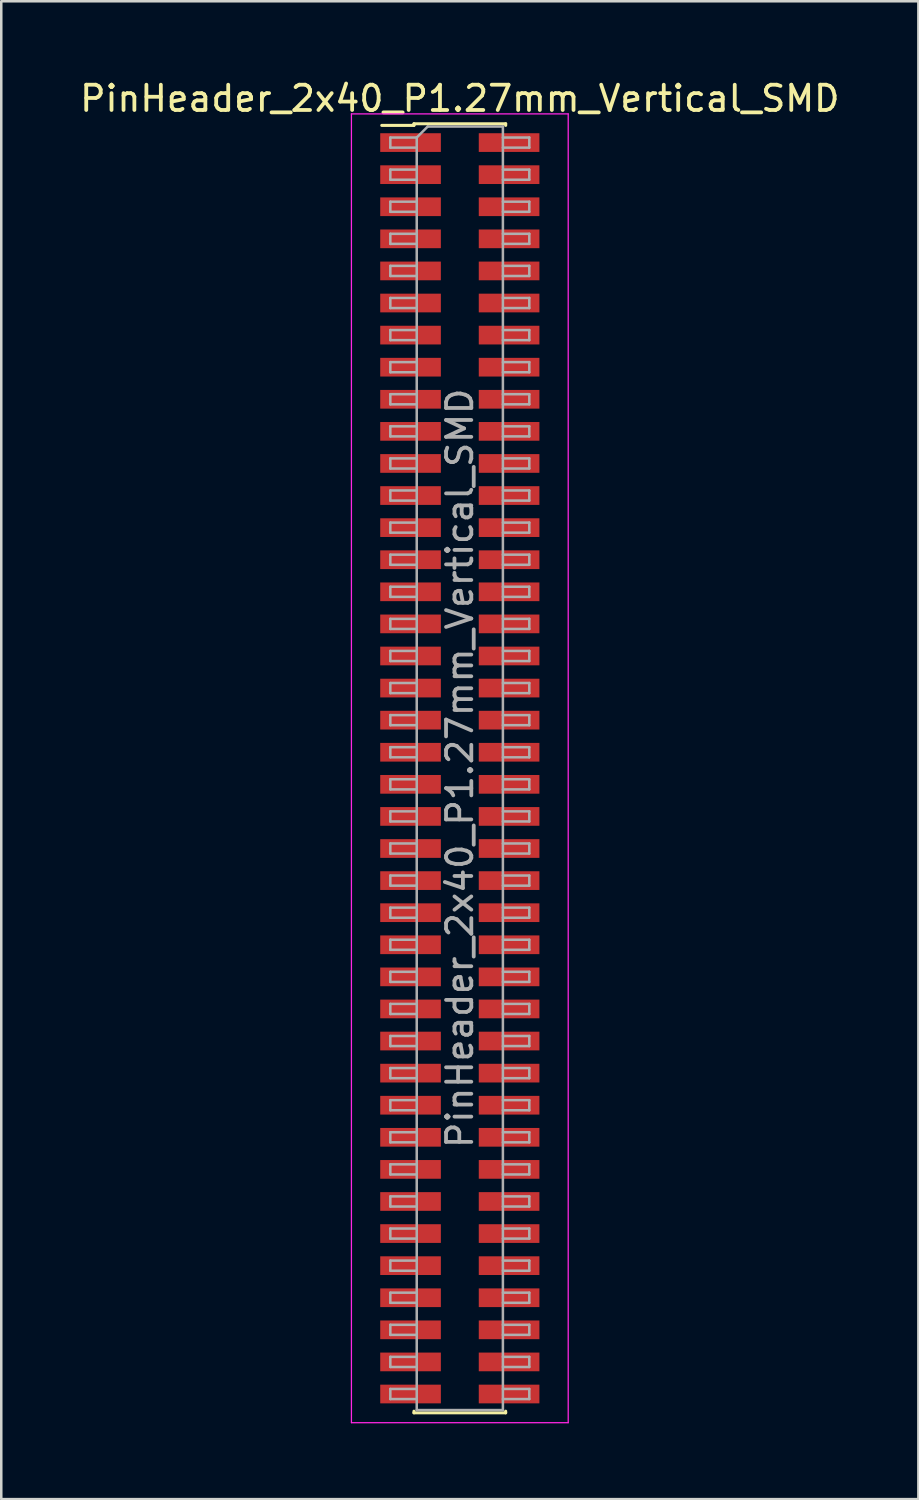
<source format=kicad_pcb>
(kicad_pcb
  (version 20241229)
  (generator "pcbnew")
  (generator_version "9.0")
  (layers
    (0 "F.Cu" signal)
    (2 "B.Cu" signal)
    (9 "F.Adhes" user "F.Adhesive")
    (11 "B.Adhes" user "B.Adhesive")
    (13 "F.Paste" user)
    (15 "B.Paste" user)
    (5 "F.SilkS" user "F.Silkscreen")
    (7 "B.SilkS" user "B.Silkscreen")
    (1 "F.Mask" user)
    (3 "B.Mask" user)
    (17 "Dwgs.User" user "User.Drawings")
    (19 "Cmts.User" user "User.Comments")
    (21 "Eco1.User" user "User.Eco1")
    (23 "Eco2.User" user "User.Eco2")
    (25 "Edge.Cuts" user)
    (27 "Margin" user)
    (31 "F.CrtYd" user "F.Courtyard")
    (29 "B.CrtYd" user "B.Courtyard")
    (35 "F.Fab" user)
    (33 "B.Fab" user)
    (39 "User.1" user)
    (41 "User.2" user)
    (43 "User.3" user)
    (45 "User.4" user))
  (footprint "PinHeader_2x40_P1.27mm_Vertical_SMD"
    (layer "F.Cu")
    (at 15.149 27.358)
    (property "Reference" "PinHeader_2x40_P1.27mm_Vertical_SMD" (at 0 -26.51 0) (layer "F.SilkS") (effects (font (size 1 1) (thickness 0.15))))
    (attr smd)
    (fp_line (start -3.09 -25.445) (end -1.815 -25.445) (stroke (width 0.12) (type solid)) (layer "F.SilkS"))
    (fp_line (start -1.815 -25.51) (end -1.815 -25.445) (stroke (width 0.12) (type solid)) (layer "F.SilkS"))
    (fp_line (start -1.815 -25.51) (end 1.815 -25.51) (stroke (width 0.12) (type solid)) (layer "F.SilkS"))
    (fp_line (start -1.815 25.445) (end -1.815 25.51) (stroke (width 0.12) (type solid)) (layer "F.SilkS"))
    (fp_line (start -1.815 25.51) (end 1.815 25.51) (stroke (width 0.12) (type solid)) (layer "F.SilkS"))
    (fp_line (start 1.815 -25.51) (end 1.815 -25.445) (stroke (width 0.12) (type solid)) (layer "F.SilkS"))
    (fp_line (start 1.815 25.445) (end 1.815 25.51) (stroke (width 0.12) (type solid)) (layer "F.SilkS"))
    (fp_line (start -4.29 -25.9) (end -4.29 25.9) (stroke (width 0.05) (type solid)) (layer "F.CrtYd"))
    (fp_line (start -4.29 25.9) (end 4.29 25.9) (stroke (width 0.05) (type solid)) (layer "F.CrtYd"))
    (fp_line (start 4.29 -25.9) (end -4.29 -25.9) (stroke (width 0.05) (type solid)) (layer "F.CrtYd"))
    (fp_line (start 4.29 25.9) (end 4.29 -25.9) (stroke (width 0.05) (type solid)) (layer "F.CrtYd"))
    (fp_line (start -2.75 -24.965) (end -2.75 -24.565) (stroke (width 0.1) (type solid)) (layer "F.Fab"))
    (fp_line (start -2.75 -24.565) (end -1.705 -24.565) (stroke (width 0.1) (type solid)) (layer "F.Fab"))
    (fp_line (start -2.75 -23.695) (end -2.75 -23.295) (stroke (width 0.1) (type solid)) (layer "F.Fab"))
    (fp_line (start -2.75 -23.295) (end -1.705 -23.295) (stroke (width 0.1) (type solid)) (layer "F.Fab"))
    (fp_line (start -2.75 -22.425) (end -2.75 -22.025) (stroke (width 0.1) (type solid)) (layer "F.Fab"))
    (fp_line (start -2.75 -22.025) (end -1.705 -22.025) (stroke (width 0.1) (type solid)) (layer "F.Fab"))
    (fp_line (start -2.75 -21.155) (end -2.75 -20.755) (stroke (width 0.1) (type solid)) (layer "F.Fab"))
    (fp_line (start -2.75 -20.755) (end -1.705 -20.755) (stroke (width 0.1) (type solid)) (layer "F.Fab"))
    (fp_line (start -2.75 -19.885) (end -2.75 -19.485) (stroke (width 0.1) (type solid)) (layer "F.Fab"))
    (fp_line (start -2.75 -19.485) (end -1.705 -19.485) (stroke (width 0.1) (type solid)) (layer "F.Fab"))
    (fp_line (start -2.75 -18.615) (end -2.75 -18.215) (stroke (width 0.1) (type solid)) (layer "F.Fab"))
    (fp_line (start -2.75 -18.215) (end -1.705 -18.215) (stroke (width 0.1) (type solid)) (layer "F.Fab"))
    (fp_line (start -2.75 -17.345) (end -2.75 -16.945) (stroke (width 0.1) (type solid)) (layer "F.Fab"))
    (fp_line (start -2.75 -16.945) (end -1.705 -16.945) (stroke (width 0.1) (type solid)) (layer "F.Fab"))
    (fp_line (start -2.75 -16.075) (end -2.75 -15.675) (stroke (width 0.1) (type solid)) (layer "F.Fab"))
    (fp_line (start -2.75 -15.675) (end -1.705 -15.675) (stroke (width 0.1) (type solid)) (layer "F.Fab"))
    (fp_line (start -2.75 -14.805) (end -2.75 -14.405) (stroke (width 0.1) (type solid)) (layer "F.Fab"))
    (fp_line (start -2.75 -14.405) (end -1.705 -14.405) (stroke (width 0.1) (type solid)) (layer "F.Fab"))
    (fp_line (start -2.75 -13.535) (end -2.75 -13.135) (stroke (width 0.1) (type solid)) (layer "F.Fab"))
    (fp_line (start -2.75 -13.135) (end -1.705 -13.135) (stroke (width 0.1) (type solid)) (layer "F.Fab"))
    (fp_line (start -2.75 -12.265) (end -2.75 -11.865) (stroke (width 0.1) (type solid)) (layer "F.Fab"))
    (fp_line (start -2.75 -11.865) (end -1.705 -11.865) (stroke (width 0.1) (type solid)) (layer "F.Fab"))
    (fp_line (start -2.75 -10.995) (end -2.75 -10.595) (stroke (width 0.1) (type solid)) (layer "F.Fab"))
    (fp_line (start -2.75 -10.595) (end -1.705 -10.595) (stroke (width 0.1) (type solid)) (layer "F.Fab"))
    (fp_line (start -2.75 -9.725) (end -2.75 -9.325) (stroke (width 0.1) (type solid)) (layer "F.Fab"))
    (fp_line (start -2.75 -9.325) (end -1.705 -9.325) (stroke (width 0.1) (type solid)) (layer "F.Fab"))
    (fp_line (start -2.75 -8.455) (end -2.75 -8.055) (stroke (width 0.1) (type solid)) (layer "F.Fab"))
    (fp_line (start -2.75 -8.055) (end -1.705 -8.055) (stroke (width 0.1) (type solid)) (layer "F.Fab"))
    (fp_line (start -2.75 -7.185) (end -2.75 -6.785) (stroke (width 0.1) (type solid)) (layer "F.Fab"))
    (fp_line (start -2.75 -6.785) (end -1.705 -6.785) (stroke (width 0.1) (type solid)) (layer "F.Fab"))
    (fp_line (start -2.75 -5.915) (end -2.75 -5.515) (stroke (width 0.1) (type solid)) (layer "F.Fab"))
    (fp_line (start -2.75 -5.515) (end -1.705 -5.515) (stroke (width 0.1) (type solid)) (layer "F.Fab"))
    (fp_line (start -2.75 -4.645) (end -2.75 -4.245) (stroke (width 0.1) (type solid)) (layer "F.Fab"))
    (fp_line (start -2.75 -4.245) (end -1.705 -4.245) (stroke (width 0.1) (type solid)) (layer "F.Fab"))
    (fp_line (start -2.75 -3.375) (end -2.75 -2.975) (stroke (width 0.1) (type solid)) (layer "F.Fab"))
    (fp_line (start -2.75 -2.975) (end -1.705 -2.975) (stroke (width 0.1) (type solid)) (layer "F.Fab"))
    (fp_line (start -2.75 -2.105) (end -2.75 -1.705) (stroke (width 0.1) (type solid)) (layer "F.Fab"))
    (fp_line (start -2.75 -1.705) (end -1.705 -1.705) (stroke (width 0.1) (type solid)) (layer "F.Fab"))
    (fp_line (start -2.75 -0.835) (end -2.75 -0.435) (stroke (width 0.1) (type solid)) (layer "F.Fab"))
    (fp_line (start -2.75 -0.435) (end -1.705 -0.435) (stroke (width 0.1) (type solid)) (layer "F.Fab"))
    (fp_line (start -2.75 0.435) (end -2.75 0.835) (stroke (width 0.1) (type solid)) (layer "F.Fab"))
    (fp_line (start -2.75 0.835) (end -1.705 0.835) (stroke (width 0.1) (type solid)) (layer "F.Fab"))
    (fp_line (start -2.75 1.705) (end -2.75 2.105) (stroke (width 0.1) (type solid)) (layer "F.Fab"))
    (fp_line (start -2.75 2.105) (end -1.705 2.105) (stroke (width 0.1) (type solid)) (layer "F.Fab"))
    (fp_line (start -2.75 2.975) (end -2.75 3.375) (stroke (width 0.1) (type solid)) (layer "F.Fab"))
    (fp_line (start -2.75 3.375) (end -1.705 3.375) (stroke (width 0.1) (type solid)) (layer "F.Fab"))
    (fp_line (start -2.75 4.245) (end -2.75 4.645) (stroke (width 0.1) (type solid)) (layer "F.Fab"))
    (fp_line (start -2.75 4.645) (end -1.705 4.645) (stroke (width 0.1) (type solid)) (layer "F.Fab"))
    (fp_line (start -2.75 5.515) (end -2.75 5.915) (stroke (width 0.1) (type solid)) (layer "F.Fab"))
    (fp_line (start -2.75 5.915) (end -1.705 5.915) (stroke (width 0.1) (type solid)) (layer "F.Fab"))
    (fp_line (start -2.75 6.785) (end -2.75 7.185) (stroke (width 0.1) (type solid)) (layer "F.Fab"))
    (fp_line (start -2.75 7.185) (end -1.705 7.185) (stroke (width 0.1) (type solid)) (layer "F.Fab"))
    (fp_line (start -2.75 8.055) (end -2.75 8.455) (stroke (width 0.1) (type solid)) (layer "F.Fab"))
    (fp_line (start -2.75 8.455) (end -1.705 8.455) (stroke (width 0.1) (type solid)) (layer "F.Fab"))
    (fp_line (start -2.75 9.325) (end -2.75 9.725) (stroke (width 0.1) (type solid)) (layer "F.Fab"))
    (fp_line (start -2.75 9.725) (end -1.705 9.725) (stroke (width 0.1) (type solid)) (layer "F.Fab"))
    (fp_line (start -2.75 10.595) (end -2.75 10.995) (stroke (width 0.1) (type solid)) (layer "F.Fab"))
    (fp_line (start -2.75 10.995) (end -1.705 10.995) (stroke (width 0.1) (type solid)) (layer "F.Fab"))
    (fp_line (start -2.75 11.865) (end -2.75 12.265) (stroke (width 0.1) (type solid)) (layer "F.Fab"))
    (fp_line (start -2.75 12.265) (end -1.705 12.265) (stroke (width 0.1) (type solid)) (layer "F.Fab"))
    (fp_line (start -2.75 13.135) (end -2.75 13.535) (stroke (width 0.1) (type solid)) (layer "F.Fab"))
    (fp_line (start -2.75 13.535) (end -1.705 13.535) (stroke (width 0.1) (type solid)) (layer "F.Fab"))
    (fp_line (start -2.75 14.405) (end -2.75 14.805) (stroke (width 0.1) (type solid)) (layer "F.Fab"))
    (fp_line (start -2.75 14.805) (end -1.705 14.805) (stroke (width 0.1) (type solid)) (layer "F.Fab"))
    (fp_line (start -2.75 15.675) (end -2.75 16.075) (stroke (width 0.1) (type solid)) (layer "F.Fab"))
    (fp_line (start -2.75 16.075) (end -1.705 16.075) (stroke (width 0.1) (type solid)) (layer "F.Fab"))
    (fp_line (start -2.75 16.945) (end -2.75 17.345) (stroke (width 0.1) (type solid)) (layer "F.Fab"))
    (fp_line (start -2.75 17.345) (end -1.705 17.345) (stroke (width 0.1) (type solid)) (layer "F.Fab"))
    (fp_line (start -2.75 18.215) (end -2.75 18.615) (stroke (width 0.1) (type solid)) (layer "F.Fab"))
    (fp_line (start -2.75 18.615) (end -1.705 18.615) (stroke (width 0.1) (type solid)) (layer "F.Fab"))
    (fp_line (start -2.75 19.485) (end -2.75 19.885) (stroke (width 0.1) (type solid)) (layer "F.Fab"))
    (fp_line (start -2.75 19.885) (end -1.705 19.885) (stroke (width 0.1) (type solid)) (layer "F.Fab"))
    (fp_line (start -2.75 20.755) (end -2.75 21.155) (stroke (width 0.1) (type solid)) (layer "F.Fab"))
    (fp_line (start -2.75 21.155) (end -1.705 21.155) (stroke (width 0.1) (type solid)) (layer "F.Fab"))
    (fp_line (start -2.75 22.025) (end -2.75 22.425) (stroke (width 0.1) (type solid)) (layer "F.Fab"))
    (fp_line (start -2.75 22.425) (end -1.705 22.425) (stroke (width 0.1) (type solid)) (layer "F.Fab"))
    (fp_line (start -2.75 23.295) (end -2.75 23.695) (stroke (width 0.1) (type solid)) (layer "F.Fab"))
    (fp_line (start -2.75 23.695) (end -1.705 23.695) (stroke (width 0.1) (type solid)) (layer "F.Fab"))
    (fp_line (start -2.75 24.565) (end -2.75 24.965) (stroke (width 0.1) (type solid)) (layer "F.Fab"))
    (fp_line (start -2.75 24.965) (end -1.705 24.965) (stroke (width 0.1) (type solid)) (layer "F.Fab"))
    (fp_line (start -1.705 -24.965) (end -2.75 -24.965) (stroke (width 0.1) (type solid)) (layer "F.Fab"))
    (fp_line (start -1.705 -24.965) (end -1.27 -25.4) (stroke (width 0.1) (type solid)) (layer "F.Fab"))
    (fp_line (start -1.705 -23.695) (end -2.75 -23.695) (stroke (width 0.1) (type solid)) (layer "F.Fab"))
    (fp_line (start -1.705 -22.425) (end -2.75 -22.425) (stroke (width 0.1) (type solid)) (layer "F.Fab"))
    (fp_line (start -1.705 -21.155) (end -2.75 -21.155) (stroke (width 0.1) (type solid)) (layer "F.Fab"))
    (fp_line (start -1.705 -19.885) (end -2.75 -19.885) (stroke (width 0.1) (type solid)) (layer "F.Fab"))
    (fp_line (start -1.705 -18.615) (end -2.75 -18.615) (stroke (width 0.1) (type solid)) (layer "F.Fab"))
    (fp_line (start -1.705 -17.345) (end -2.75 -17.345) (stroke (width 0.1) (type solid)) (layer "F.Fab"))
    (fp_line (start -1.705 -16.075) (end -2.75 -16.075) (stroke (width 0.1) (type solid)) (layer "F.Fab"))
    (fp_line (start -1.705 -14.805) (end -2.75 -14.805) (stroke (width 0.1) (type solid)) (layer "F.Fab"))
    (fp_line (start -1.705 -13.535) (end -2.75 -13.535) (stroke (width 0.1) (type solid)) (layer "F.Fab"))
    (fp_line (start -1.705 -12.265) (end -2.75 -12.265) (stroke (width 0.1) (type solid)) (layer "F.Fab"))
    (fp_line (start -1.705 -10.995) (end -2.75 -10.995) (stroke (width 0.1) (type solid)) (layer "F.Fab"))
    (fp_line (start -1.705 -9.725) (end -2.75 -9.725) (stroke (width 0.1) (type solid)) (layer "F.Fab"))
    (fp_line (start -1.705 -8.455) (end -2.75 -8.455) (stroke (width 0.1) (type solid)) (layer "F.Fab"))
    (fp_line (start -1.705 -7.185) (end -2.75 -7.185) (stroke (width 0.1) (type solid)) (layer "F.Fab"))
    (fp_line (start -1.705 -5.915) (end -2.75 -5.915) (stroke (width 0.1) (type solid)) (layer "F.Fab"))
    (fp_line (start -1.705 -4.645) (end -2.75 -4.645) (stroke (width 0.1) (type solid)) (layer "F.Fab"))
    (fp_line (start -1.705 -3.375) (end -2.75 -3.375) (stroke (width 0.1) (type solid)) (layer "F.Fab"))
    (fp_line (start -1.705 -2.105) (end -2.75 -2.105) (stroke (width 0.1) (type solid)) (layer "F.Fab"))
    (fp_line (start -1.705 -0.835) (end -2.75 -0.835) (stroke (width 0.1) (type solid)) (layer "F.Fab"))
    (fp_line (start -1.705 0.435) (end -2.75 0.435) (stroke (width 0.1) (type solid)) (layer "F.Fab"))
    (fp_line (start -1.705 1.705) (end -2.75 1.705) (stroke (width 0.1) (type solid)) (layer "F.Fab"))
    (fp_line (start -1.705 2.975) (end -2.75 2.975) (stroke (width 0.1) (type solid)) (layer "F.Fab"))
    (fp_line (start -1.705 4.245) (end -2.75 4.245) (stroke (width 0.1) (type solid)) (layer "F.Fab"))
    (fp_line (start -1.705 5.515) (end -2.75 5.515) (stroke (width 0.1) (type solid)) (layer "F.Fab"))
    (fp_line (start -1.705 6.785) (end -2.75 6.785) (stroke (width 0.1) (type solid)) (layer "F.Fab"))
    (fp_line (start -1.705 8.055) (end -2.75 8.055) (stroke (width 0.1) (type solid)) (layer "F.Fab"))
    (fp_line (start -1.705 9.325) (end -2.75 9.325) (stroke (width 0.1) (type solid)) (layer "F.Fab"))
    (fp_line (start -1.705 10.595) (end -2.75 10.595) (stroke (width 0.1) (type solid)) (layer "F.Fab"))
    (fp_line (start -1.705 11.865) (end -2.75 11.865) (stroke (width 0.1) (type solid)) (layer "F.Fab"))
    (fp_line (start -1.705 13.135) (end -2.75 13.135) (stroke (width 0.1) (type solid)) (layer "F.Fab"))
    (fp_line (start -1.705 14.405) (end -2.75 14.405) (stroke (width 0.1) (type solid)) (layer "F.Fab"))
    (fp_line (start -1.705 15.675) (end -2.75 15.675) (stroke (width 0.1) (type solid)) (layer "F.Fab"))
    (fp_line (start -1.705 16.945) (end -2.75 16.945) (stroke (width 0.1) (type solid)) (layer "F.Fab"))
    (fp_line (start -1.705 18.215) (end -2.75 18.215) (stroke (width 0.1) (type solid)) (layer "F.Fab"))
    (fp_line (start -1.705 19.485) (end -2.75 19.485) (stroke (width 0.1) (type solid)) (layer "F.Fab"))
    (fp_line (start -1.705 20.755) (end -2.75 20.755) (stroke (width 0.1) (type solid)) (layer "F.Fab"))
    (fp_line (start -1.705 22.025) (end -2.75 22.025) (stroke (width 0.1) (type solid)) (layer "F.Fab"))
    (fp_line (start -1.705 23.295) (end -2.75 23.295) (stroke (width 0.1) (type solid)) (layer "F.Fab"))
    (fp_line (start -1.705 24.565) (end -2.75 24.565) (stroke (width 0.1) (type solid)) (layer "F.Fab"))
    (fp_line (start -1.705 25.4) (end -1.705 -24.965) (stroke (width 0.1) (type solid)) (layer "F.Fab"))
    (fp_line (start -1.27 -25.4) (end 1.705 -25.4) (stroke (width 0.1) (type solid)) (layer "F.Fab"))
    (fp_line (start 1.705 -25.4) (end 1.705 25.4) (stroke (width 0.1) (type solid)) (layer "F.Fab"))
    (fp_line (start 1.705 -24.965) (end 2.75 -24.965) (stroke (width 0.1) (type solid)) (layer "F.Fab"))
    (fp_line (start 1.705 -23.695) (end 2.75 -23.695) (stroke (width 0.1) (type solid)) (layer "F.Fab"))
    (fp_line (start 1.705 -22.425) (end 2.75 -22.425) (stroke (width 0.1) (type solid)) (layer "F.Fab"))
    (fp_line (start 1.705 -21.155) (end 2.75 -21.155) (stroke (width 0.1) (type solid)) (layer "F.Fab"))
    (fp_line (start 1.705 -19.885) (end 2.75 -19.885) (stroke (width 0.1) (type solid)) (layer "F.Fab"))
    (fp_line (start 1.705 -18.615) (end 2.75 -18.615) (stroke (width 0.1) (type solid)) (layer "F.Fab"))
    (fp_line (start 1.705 -17.345) (end 2.75 -17.345) (stroke (width 0.1) (type solid)) (layer "F.Fab"))
    (fp_line (start 1.705 -16.075) (end 2.75 -16.075) (stroke (width 0.1) (type solid)) (layer "F.Fab"))
    (fp_line (start 1.705 -14.805) (end 2.75 -14.805) (stroke (width 0.1) (type solid)) (layer "F.Fab"))
    (fp_line (start 1.705 -13.535) (end 2.75 -13.535) (stroke (width 0.1) (type solid)) (layer "F.Fab"))
    (fp_line (start 1.705 -12.265) (end 2.75 -12.265) (stroke (width 0.1) (type solid)) (layer "F.Fab"))
    (fp_line (start 1.705 -10.995) (end 2.75 -10.995) (stroke (width 0.1) (type solid)) (layer "F.Fab"))
    (fp_line (start 1.705 -9.725) (end 2.75 -9.725) (stroke (width 0.1) (type solid)) (layer "F.Fab"))
    (fp_line (start 1.705 -8.455) (end 2.75 -8.455) (stroke (width 0.1) (type solid)) (layer "F.Fab"))
    (fp_line (start 1.705 -7.185) (end 2.75 -7.185) (stroke (width 0.1) (type solid)) (layer "F.Fab"))
    (fp_line (start 1.705 -5.915) (end 2.75 -5.915) (stroke (width 0.1) (type solid)) (layer "F.Fab"))
    (fp_line (start 1.705 -4.645) (end 2.75 -4.645) (stroke (width 0.1) (type solid)) (layer "F.Fab"))
    (fp_line (start 1.705 -3.375) (end 2.75 -3.375) (stroke (width 0.1) (type solid)) (layer "F.Fab"))
    (fp_line (start 1.705 -2.105) (end 2.75 -2.105) (stroke (width 0.1) (type solid)) (layer "F.Fab"))
    (fp_line (start 1.705 -0.835) (end 2.75 -0.835) (stroke (width 0.1) (type solid)) (layer "F.Fab"))
    (fp_line (start 1.705 0.435) (end 2.75 0.435) (stroke (width 0.1) (type solid)) (layer "F.Fab"))
    (fp_line (start 1.705 1.705) (end 2.75 1.705) (stroke (width 0.1) (type solid)) (layer "F.Fab"))
    (fp_line (start 1.705 2.975) (end 2.75 2.975) (stroke (width 0.1) (type solid)) (layer "F.Fab"))
    (fp_line (start 1.705 4.245) (end 2.75 4.245) (stroke (width 0.1) (type solid)) (layer "F.Fab"))
    (fp_line (start 1.705 5.515) (end 2.75 5.515) (stroke (width 0.1) (type solid)) (layer "F.Fab"))
    (fp_line (start 1.705 6.785) (end 2.75 6.785) (stroke (width 0.1) (type solid)) (layer "F.Fab"))
    (fp_line (start 1.705 8.055) (end 2.75 8.055) (stroke (width 0.1) (type solid)) (layer "F.Fab"))
    (fp_line (start 1.705 9.325) (end 2.75 9.325) (stroke (width 0.1) (type solid)) (layer "F.Fab"))
    (fp_line (start 1.705 10.595) (end 2.75 10.595) (stroke (width 0.1) (type solid)) (layer "F.Fab"))
    (fp_line (start 1.705 11.865) (end 2.75 11.865) (stroke (width 0.1) (type solid)) (layer "F.Fab"))
    (fp_line (start 1.705 13.135) (end 2.75 13.135) (stroke (width 0.1) (type solid)) (layer "F.Fab"))
    (fp_line (start 1.705 14.405) (end 2.75 14.405) (stroke (width 0.1) (type solid)) (layer "F.Fab"))
    (fp_line (start 1.705 15.675) (end 2.75 15.675) (stroke (width 0.1) (type solid)) (layer "F.Fab"))
    (fp_line (start 1.705 16.945) (end 2.75 16.945) (stroke (width 0.1) (type solid)) (layer "F.Fab"))
    (fp_line (start 1.705 18.215) (end 2.75 18.215) (stroke (width 0.1) (type solid)) (layer "F.Fab"))
    (fp_line (start 1.705 19.485) (end 2.75 19.485) (stroke (width 0.1) (type solid)) (layer "F.Fab"))
    (fp_line (start 1.705 20.755) (end 2.75 20.755) (stroke (width 0.1) (type solid)) (layer "F.Fab"))
    (fp_line (start 1.705 22.025) (end 2.75 22.025) (stroke (width 0.1) (type solid)) (layer "F.Fab"))
    (fp_line (start 1.705 23.295) (end 2.75 23.295) (stroke (width 0.1) (type solid)) (layer "F.Fab"))
    (fp_line (start 1.705 24.565) (end 2.75 24.565) (stroke (width 0.1) (type solid)) (layer "F.Fab"))
    (fp_line (start 1.705 25.4) (end -1.705 25.4) (stroke (width 0.1) (type solid)) (layer "F.Fab"))
    (fp_line (start 2.75 -24.965) (end 2.75 -24.565) (stroke (width 0.1) (type solid)) (layer "F.Fab"))
    (fp_line (start 2.75 -24.565) (end 1.705 -24.565) (stroke (width 0.1) (type solid)) (layer "F.Fab"))
    (fp_line (start 2.75 -23.695) (end 2.75 -23.295) (stroke (width 0.1) (type solid)) (layer "F.Fab"))
    (fp_line (start 2.75 -23.295) (end 1.705 -23.295) (stroke (width 0.1) (type solid)) (layer "F.Fab"))
    (fp_line (start 2.75 -22.425) (end 2.75 -22.025) (stroke (width 0.1) (type solid)) (layer "F.Fab"))
    (fp_line (start 2.75 -22.025) (end 1.705 -22.025) (stroke (width 0.1) (type solid)) (layer "F.Fab"))
    (fp_line (start 2.75 -21.155) (end 2.75 -20.755) (stroke (width 0.1) (type solid)) (layer "F.Fab"))
    (fp_line (start 2.75 -20.755) (end 1.705 -20.755) (stroke (width 0.1) (type solid)) (layer "F.Fab"))
    (fp_line (start 2.75 -19.885) (end 2.75 -19.485) (stroke (width 0.1) (type solid)) (layer "F.Fab"))
    (fp_line (start 2.75 -19.485) (end 1.705 -19.485) (stroke (width 0.1) (type solid)) (layer "F.Fab"))
    (fp_line (start 2.75 -18.615) (end 2.75 -18.215) (stroke (width 0.1) (type solid)) (layer "F.Fab"))
    (fp_line (start 2.75 -18.215) (end 1.705 -18.215) (stroke (width 0.1) (type solid)) (layer "F.Fab"))
    (fp_line (start 2.75 -17.345) (end 2.75 -16.945) (stroke (width 0.1) (type solid)) (layer "F.Fab"))
    (fp_line (start 2.75 -16.945) (end 1.705 -16.945) (stroke (width 0.1) (type solid)) (layer "F.Fab"))
    (fp_line (start 2.75 -16.075) (end 2.75 -15.675) (stroke (width 0.1) (type solid)) (layer "F.Fab"))
    (fp_line (start 2.75 -15.675) (end 1.705 -15.675) (stroke (width 0.1) (type solid)) (layer "F.Fab"))
    (fp_line (start 2.75 -14.805) (end 2.75 -14.405) (stroke (width 0.1) (type solid)) (layer "F.Fab"))
    (fp_line (start 2.75 -14.405) (end 1.705 -14.405) (stroke (width 0.1) (type solid)) (layer "F.Fab"))
    (fp_line (start 2.75 -13.535) (end 2.75 -13.135) (stroke (width 0.1) (type solid)) (layer "F.Fab"))
    (fp_line (start 2.75 -13.135) (end 1.705 -13.135) (stroke (width 0.1) (type solid)) (layer "F.Fab"))
    (fp_line (start 2.75 -12.265) (end 2.75 -11.865) (stroke (width 0.1) (type solid)) (layer "F.Fab"))
    (fp_line (start 2.75 -11.865) (end 1.705 -11.865) (stroke (width 0.1) (type solid)) (layer "F.Fab"))
    (fp_line (start 2.75 -10.995) (end 2.75 -10.595) (stroke (width 0.1) (type solid)) (layer "F.Fab"))
    (fp_line (start 2.75 -10.595) (end 1.705 -10.595) (stroke (width 0.1) (type solid)) (layer "F.Fab"))
    (fp_line (start 2.75 -9.725) (end 2.75 -9.325) (stroke (width 0.1) (type solid)) (layer "F.Fab"))
    (fp_line (start 2.75 -9.325) (end 1.705 -9.325) (stroke (width 0.1) (type solid)) (layer "F.Fab"))
    (fp_line (start 2.75 -8.455) (end 2.75 -8.055) (stroke (width 0.1) (type solid)) (layer "F.Fab"))
    (fp_line (start 2.75 -8.055) (end 1.705 -8.055) (stroke (width 0.1) (type solid)) (layer "F.Fab"))
    (fp_line (start 2.75 -7.185) (end 2.75 -6.785) (stroke (width 0.1) (type solid)) (layer "F.Fab"))
    (fp_line (start 2.75 -6.785) (end 1.705 -6.785) (stroke (width 0.1) (type solid)) (layer "F.Fab"))
    (fp_line (start 2.75 -5.915) (end 2.75 -5.515) (stroke (width 0.1) (type solid)) (layer "F.Fab"))
    (fp_line (start 2.75 -5.515) (end 1.705 -5.515) (stroke (width 0.1) (type solid)) (layer "F.Fab"))
    (fp_line (start 2.75 -4.645) (end 2.75 -4.245) (stroke (width 0.1) (type solid)) (layer "F.Fab"))
    (fp_line (start 2.75 -4.245) (end 1.705 -4.245) (stroke (width 0.1) (type solid)) (layer "F.Fab"))
    (fp_line (start 2.75 -3.375) (end 2.75 -2.975) (stroke (width 0.1) (type solid)) (layer "F.Fab"))
    (fp_line (start 2.75 -2.975) (end 1.705 -2.975) (stroke (width 0.1) (type solid)) (layer "F.Fab"))
    (fp_line (start 2.75 -2.105) (end 2.75 -1.705) (stroke (width 0.1) (type solid)) (layer "F.Fab"))
    (fp_line (start 2.75 -1.705) (end 1.705 -1.705) (stroke (width 0.1) (type solid)) (layer "F.Fab"))
    (fp_line (start 2.75 -0.835) (end 2.75 -0.435) (stroke (width 0.1) (type solid)) (layer "F.Fab"))
    (fp_line (start 2.75 -0.435) (end 1.705 -0.435) (stroke (width 0.1) (type solid)) (layer "F.Fab"))
    (fp_line (start 2.75 0.435) (end 2.75 0.835) (stroke (width 0.1) (type solid)) (layer "F.Fab"))
    (fp_line (start 2.75 0.835) (end 1.705 0.835) (stroke (width 0.1) (type solid)) (layer "F.Fab"))
    (fp_line (start 2.75 1.705) (end 2.75 2.105) (stroke (width 0.1) (type solid)) (layer "F.Fab"))
    (fp_line (start 2.75 2.105) (end 1.705 2.105) (stroke (width 0.1) (type solid)) (layer "F.Fab"))
    (fp_line (start 2.75 2.975) (end 2.75 3.375) (stroke (width 0.1) (type solid)) (layer "F.Fab"))
    (fp_line (start 2.75 3.375) (end 1.705 3.375) (stroke (width 0.1) (type solid)) (layer "F.Fab"))
    (fp_line (start 2.75 4.245) (end 2.75 4.645) (stroke (width 0.1) (type solid)) (layer "F.Fab"))
    (fp_line (start 2.75 4.645) (end 1.705 4.645) (stroke (width 0.1) (type solid)) (layer "F.Fab"))
    (fp_line (start 2.75 5.515) (end 2.75 5.915) (stroke (width 0.1) (type solid)) (layer "F.Fab"))
    (fp_line (start 2.75 5.915) (end 1.705 5.915) (stroke (width 0.1) (type solid)) (layer "F.Fab"))
    (fp_line (start 2.75 6.785) (end 2.75 7.185) (stroke (width 0.1) (type solid)) (layer "F.Fab"))
    (fp_line (start 2.75 7.185) (end 1.705 7.185) (stroke (width 0.1) (type solid)) (layer "F.Fab"))
    (fp_line (start 2.75 8.055) (end 2.75 8.455) (stroke (width 0.1) (type solid)) (layer "F.Fab"))
    (fp_line (start 2.75 8.455) (end 1.705 8.455) (stroke (width 0.1) (type solid)) (layer "F.Fab"))
    (fp_line (start 2.75 9.325) (end 2.75 9.725) (stroke (width 0.1) (type solid)) (layer "F.Fab"))
    (fp_line (start 2.75 9.725) (end 1.705 9.725) (stroke (width 0.1) (type solid)) (layer "F.Fab"))
    (fp_line (start 2.75 10.595) (end 2.75 10.995) (stroke (width 0.1) (type solid)) (layer "F.Fab"))
    (fp_line (start 2.75 10.995) (end 1.705 10.995) (stroke (width 0.1) (type solid)) (layer "F.Fab"))
    (fp_line (start 2.75 11.865) (end 2.75 12.265) (stroke (width 0.1) (type solid)) (layer "F.Fab"))
    (fp_line (start 2.75 12.265) (end 1.705 12.265) (stroke (width 0.1) (type solid)) (layer "F.Fab"))
    (fp_line (start 2.75 13.135) (end 2.75 13.535) (stroke (width 0.1) (type solid)) (layer "F.Fab"))
    (fp_line (start 2.75 13.535) (end 1.705 13.535) (stroke (width 0.1) (type solid)) (layer "F.Fab"))
    (fp_line (start 2.75 14.405) (end 2.75 14.805) (stroke (width 0.1) (type solid)) (layer "F.Fab"))
    (fp_line (start 2.75 14.805) (end 1.705 14.805) (stroke (width 0.1) (type solid)) (layer "F.Fab"))
    (fp_line (start 2.75 15.675) (end 2.75 16.075) (stroke (width 0.1) (type solid)) (layer "F.Fab"))
    (fp_line (start 2.75 16.075) (end 1.705 16.075) (stroke (width 0.1) (type solid)) (layer "F.Fab"))
    (fp_line (start 2.75 16.945) (end 2.75 17.345) (stroke (width 0.1) (type solid)) (layer "F.Fab"))
    (fp_line (start 2.75 17.345) (end 1.705 17.345) (stroke (width 0.1) (type solid)) (layer "F.Fab"))
    (fp_line (start 2.75 18.215) (end 2.75 18.615) (stroke (width 0.1) (type solid)) (layer "F.Fab"))
    (fp_line (start 2.75 18.615) (end 1.705 18.615) (stroke (width 0.1) (type solid)) (layer "F.Fab"))
    (fp_line (start 2.75 19.485) (end 2.75 19.885) (stroke (width 0.1) (type solid)) (layer "F.Fab"))
    (fp_line (start 2.75 19.885) (end 1.705 19.885) (stroke (width 0.1) (type solid)) (layer "F.Fab"))
    (fp_line (start 2.75 20.755) (end 2.75 21.155) (stroke (width 0.1) (type solid)) (layer "F.Fab"))
    (fp_line (start 2.75 21.155) (end 1.705 21.155) (stroke (width 0.1) (type solid)) (layer "F.Fab"))
    (fp_line (start 2.75 22.025) (end 2.75 22.425) (stroke (width 0.1) (type solid)) (layer "F.Fab"))
    (fp_line (start 2.75 22.425) (end 1.705 22.425) (stroke (width 0.1) (type solid)) (layer "F.Fab"))
    (fp_line (start 2.75 23.295) (end 2.75 23.695) (stroke (width 0.1) (type solid)) (layer "F.Fab"))
    (fp_line (start 2.75 23.695) (end 1.705 23.695) (stroke (width 0.1) (type solid)) (layer "F.Fab"))
    (fp_line (start 2.75 24.565) (end 2.75 24.965) (stroke (width 0.1) (type solid)) (layer "F.Fab"))
    (fp_line (start 2.75 24.965) (end 1.705 24.965) (stroke (width 0.1) (type solid)) (layer "F.Fab"))
    (fp_text user "${REFERENCE}" (at 0 0 90) (layer "F.Fab") (effects (font (size 1 1) (thickness 0.15))))
    (pad "1" smd rect (at -1.95 -24.765) (size 2.4 0.74) (layers "F.Cu" "F.Mask" "F.Paste"))
    (pad "2" smd rect (at 1.95 -24.765) (size 2.4 0.74) (layers "F.Cu" "F.Mask" "F.Paste"))
    (pad "3" smd rect (at -1.95 -23.495) (size 2.4 0.74) (layers "F.Cu" "F.Mask" "F.Paste"))
    (pad "4" smd rect (at 1.95 -23.495) (size 2.4 0.74) (layers "F.Cu" "F.Mask" "F.Paste"))
    (pad "5" smd rect (at -1.95 -22.225) (size 2.4 0.74) (layers "F.Cu" "F.Mask" "F.Paste"))
    (pad "6" smd rect (at 1.95 -22.225) (size 2.4 0.74) (layers "F.Cu" "F.Mask" "F.Paste"))
    (pad "7" smd rect (at -1.95 -20.955) (size 2.4 0.74) (layers "F.Cu" "F.Mask" "F.Paste"))
    (pad "8" smd rect (at 1.95 -20.955) (size 2.4 0.74) (layers "F.Cu" "F.Mask" "F.Paste"))
    (pad "9" smd rect (at -1.95 -19.685) (size 2.4 0.74) (layers "F.Cu" "F.Mask" "F.Paste"))
    (pad "10" smd rect (at 1.95 -19.685) (size 2.4 0.74) (layers "F.Cu" "F.Mask" "F.Paste"))
    (pad "11" smd rect (at -1.95 -18.415) (size 2.4 0.74) (layers "F.Cu" "F.Mask" "F.Paste"))
    (pad "12" smd rect (at 1.95 -18.415) (size 2.4 0.74) (layers "F.Cu" "F.Mask" "F.Paste"))
    (pad "13" smd rect (at -1.95 -17.145) (size 2.4 0.74) (layers "F.Cu" "F.Mask" "F.Paste"))
    (pad "14" smd rect (at 1.95 -17.145) (size 2.4 0.74) (layers "F.Cu" "F.Mask" "F.Paste"))
    (pad "15" smd rect (at -1.95 -15.875) (size 2.4 0.74) (layers "F.Cu" "F.Mask" "F.Paste"))
    (pad "16" smd rect (at 1.95 -15.875) (size 2.4 0.74) (layers "F.Cu" "F.Mask" "F.Paste"))
    (pad "17" smd rect (at -1.95 -14.605) (size 2.4 0.74) (layers "F.Cu" "F.Mask" "F.Paste"))
    (pad "18" smd rect (at 1.95 -14.605) (size 2.4 0.74) (layers "F.Cu" "F.Mask" "F.Paste"))
    (pad "19" smd rect (at -1.95 -13.335) (size 2.4 0.74) (layers "F.Cu" "F.Mask" "F.Paste"))
    (pad "20" smd rect (at 1.95 -13.335) (size 2.4 0.74) (layers "F.Cu" "F.Mask" "F.Paste"))
    (pad "21" smd rect (at -1.95 -12.065) (size 2.4 0.74) (layers "F.Cu" "F.Mask" "F.Paste"))
    (pad "22" smd rect (at 1.95 -12.065) (size 2.4 0.74) (layers "F.Cu" "F.Mask" "F.Paste"))
    (pad "23" smd rect (at -1.95 -10.795) (size 2.4 0.74) (layers "F.Cu" "F.Mask" "F.Paste"))
    (pad "24" smd rect (at 1.95 -10.795) (size 2.4 0.74) (layers "F.Cu" "F.Mask" "F.Paste"))
    (pad "25" smd rect (at -1.95 -9.525) (size 2.4 0.74) (layers "F.Cu" "F.Mask" "F.Paste"))
    (pad "26" smd rect (at 1.95 -9.525) (size 2.4 0.74) (layers "F.Cu" "F.Mask" "F.Paste"))
    (pad "27" smd rect (at -1.95 -8.255) (size 2.4 0.74) (layers "F.Cu" "F.Mask" "F.Paste"))
    (pad "28" smd rect (at 1.95 -8.255) (size 2.4 0.74) (layers "F.Cu" "F.Mask" "F.Paste"))
    (pad "29" smd rect (at -1.95 -6.985) (size 2.4 0.74) (layers "F.Cu" "F.Mask" "F.Paste"))
    (pad "30" smd rect (at 1.95 -6.985) (size 2.4 0.74) (layers "F.Cu" "F.Mask" "F.Paste"))
    (pad "31" smd rect (at -1.95 -5.715) (size 2.4 0.74) (layers "F.Cu" "F.Mask" "F.Paste"))
    (pad "32" smd rect (at 1.95 -5.715) (size 2.4 0.74) (layers "F.Cu" "F.Mask" "F.Paste"))
    (pad "33" smd rect (at -1.95 -4.445) (size 2.4 0.74) (layers "F.Cu" "F.Mask" "F.Paste"))
    (pad "34" smd rect (at 1.95 -4.445) (size 2.4 0.74) (layers "F.Cu" "F.Mask" "F.Paste"))
    (pad "35" smd rect (at -1.95 -3.175) (size 2.4 0.74) (layers "F.Cu" "F.Mask" "F.Paste"))
    (pad "36" smd rect (at 1.95 -3.175) (size 2.4 0.74) (layers "F.Cu" "F.Mask" "F.Paste"))
    (pad "37" smd rect (at -1.95 -1.905) (size 2.4 0.74) (layers "F.Cu" "F.Mask" "F.Paste"))
    (pad "38" smd rect (at 1.95 -1.905) (size 2.4 0.74) (layers "F.Cu" "F.Mask" "F.Paste"))
    (pad "39" smd rect (at -1.95 -0.635) (size 2.4 0.74) (layers "F.Cu" "F.Mask" "F.Paste"))
    (pad "40" smd rect (at 1.95 -0.635) (size 2.4 0.74) (layers "F.Cu" "F.Mask" "F.Paste"))
    (pad "41" smd rect (at -1.95 0.635) (size 2.4 0.74) (layers "F.Cu" "F.Mask" "F.Paste"))
    (pad "42" smd rect (at 1.95 0.635) (size 2.4 0.74) (layers "F.Cu" "F.Mask" "F.Paste"))
    (pad "43" smd rect (at -1.95 1.905) (size 2.4 0.74) (layers "F.Cu" "F.Mask" "F.Paste"))
    (pad "44" smd rect (at 1.95 1.905) (size 2.4 0.74) (layers "F.Cu" "F.Mask" "F.Paste"))
    (pad "45" smd rect (at -1.95 3.175) (size 2.4 0.74) (layers "F.Cu" "F.Mask" "F.Paste"))
    (pad "46" smd rect (at 1.95 3.175) (size 2.4 0.74) (layers "F.Cu" "F.Mask" "F.Paste"))
    (pad "47" smd rect (at -1.95 4.445) (size 2.4 0.74) (layers "F.Cu" "F.Mask" "F.Paste"))
    (pad "48" smd rect (at 1.95 4.445) (size 2.4 0.74) (layers "F.Cu" "F.Mask" "F.Paste"))
    (pad "49" smd rect (at -1.95 5.715) (size 2.4 0.74) (layers "F.Cu" "F.Mask" "F.Paste"))
    (pad "50" smd rect (at 1.95 5.715) (size 2.4 0.74) (layers "F.Cu" "F.Mask" "F.Paste"))
    (pad "51" smd rect (at -1.95 6.985) (size 2.4 0.74) (layers "F.Cu" "F.Mask" "F.Paste"))
    (pad "52" smd rect (at 1.95 6.985) (size 2.4 0.74) (layers "F.Cu" "F.Mask" "F.Paste"))
    (pad "53" smd rect (at -1.95 8.255) (size 2.4 0.74) (layers "F.Cu" "F.Mask" "F.Paste"))
    (pad "54" smd rect (at 1.95 8.255) (size 2.4 0.74) (layers "F.Cu" "F.Mask" "F.Paste"))
    (pad "55" smd rect (at -1.95 9.525) (size 2.4 0.74) (layers "F.Cu" "F.Mask" "F.Paste"))
    (pad "56" smd rect (at 1.95 9.525) (size 2.4 0.74) (layers "F.Cu" "F.Mask" "F.Paste"))
    (pad "57" smd rect (at -1.95 10.795) (size 2.4 0.74) (layers "F.Cu" "F.Mask" "F.Paste"))
    (pad "58" smd rect (at 1.95 10.795) (size 2.4 0.74) (layers "F.Cu" "F.Mask" "F.Paste"))
    (pad "59" smd rect (at -1.95 12.065) (size 2.4 0.74) (layers "F.Cu" "F.Mask" "F.Paste"))
    (pad "60" smd rect (at 1.95 12.065) (size 2.4 0.74) (layers "F.Cu" "F.Mask" "F.Paste"))
    (pad "61" smd rect (at -1.95 13.335) (size 2.4 0.74) (layers "F.Cu" "F.Mask" "F.Paste"))
    (pad "62" smd rect (at 1.95 13.335) (size 2.4 0.74) (layers "F.Cu" "F.Mask" "F.Paste"))
    (pad "63" smd rect (at -1.95 14.605) (size 2.4 0.74) (layers "F.Cu" "F.Mask" "F.Paste"))
    (pad "64" smd rect (at 1.95 14.605) (size 2.4 0.74) (layers "F.Cu" "F.Mask" "F.Paste"))
    (pad "65" smd rect (at -1.95 15.875) (size 2.4 0.74) (layers "F.Cu" "F.Mask" "F.Paste"))
    (pad "66" smd rect (at 1.95 15.875) (size 2.4 0.74) (layers "F.Cu" "F.Mask" "F.Paste"))
    (pad "67" smd rect (at -1.95 17.145) (size 2.4 0.74) (layers "F.Cu" "F.Mask" "F.Paste"))
    (pad "68" smd rect (at 1.95 17.145) (size 2.4 0.74) (layers "F.Cu" "F.Mask" "F.Paste"))
    (pad "69" smd rect (at -1.95 18.415) (size 2.4 0.74) (layers "F.Cu" "F.Mask" "F.Paste"))
    (pad "70" smd rect (at 1.95 18.415) (size 2.4 0.74) (layers "F.Cu" "F.Mask" "F.Paste"))
    (pad "71" smd rect (at -1.95 19.685) (size 2.4 0.74) (layers "F.Cu" "F.Mask" "F.Paste"))
    (pad "72" smd rect (at 1.95 19.685) (size 2.4 0.74) (layers "F.Cu" "F.Mask" "F.Paste"))
    (pad "73" smd rect (at -1.95 20.955) (size 2.4 0.74) (layers "F.Cu" "F.Mask" "F.Paste"))
    (pad "74" smd rect (at 1.95 20.955) (size 2.4 0.74) (layers "F.Cu" "F.Mask" "F.Paste"))
    (pad "75" smd rect (at -1.95 22.225) (size 2.4 0.74) (layers "F.Cu" "F.Mask" "F.Paste"))
    (pad "76" smd rect (at 1.95 22.225) (size 2.4 0.74) (layers "F.Cu" "F.Mask" "F.Paste"))
    (pad "77" smd rect (at -1.95 23.495) (size 2.4 0.74) (layers "F.Cu" "F.Mask" "F.Paste"))
    (pad "78" smd rect (at 1.95 23.495) (size 2.4 0.74) (layers "F.Cu" "F.Mask" "F.Paste"))
    (pad "79" smd rect (at -1.95 24.765) (size 2.4 0.74) (layers "F.Cu" "F.Mask" "F.Paste"))
    (pad "80" smd rect (at 1.95 24.765) (size 2.4 0.74) (layers "F.Cu" "F.Mask" "F.Paste")))
  (gr_rect
    (start -3 -3)
    (end 33.298 56.283)
    (stroke (width 0.1) (type default))
    (fill no)
    (layer "Edge.Cuts")))
</source>
